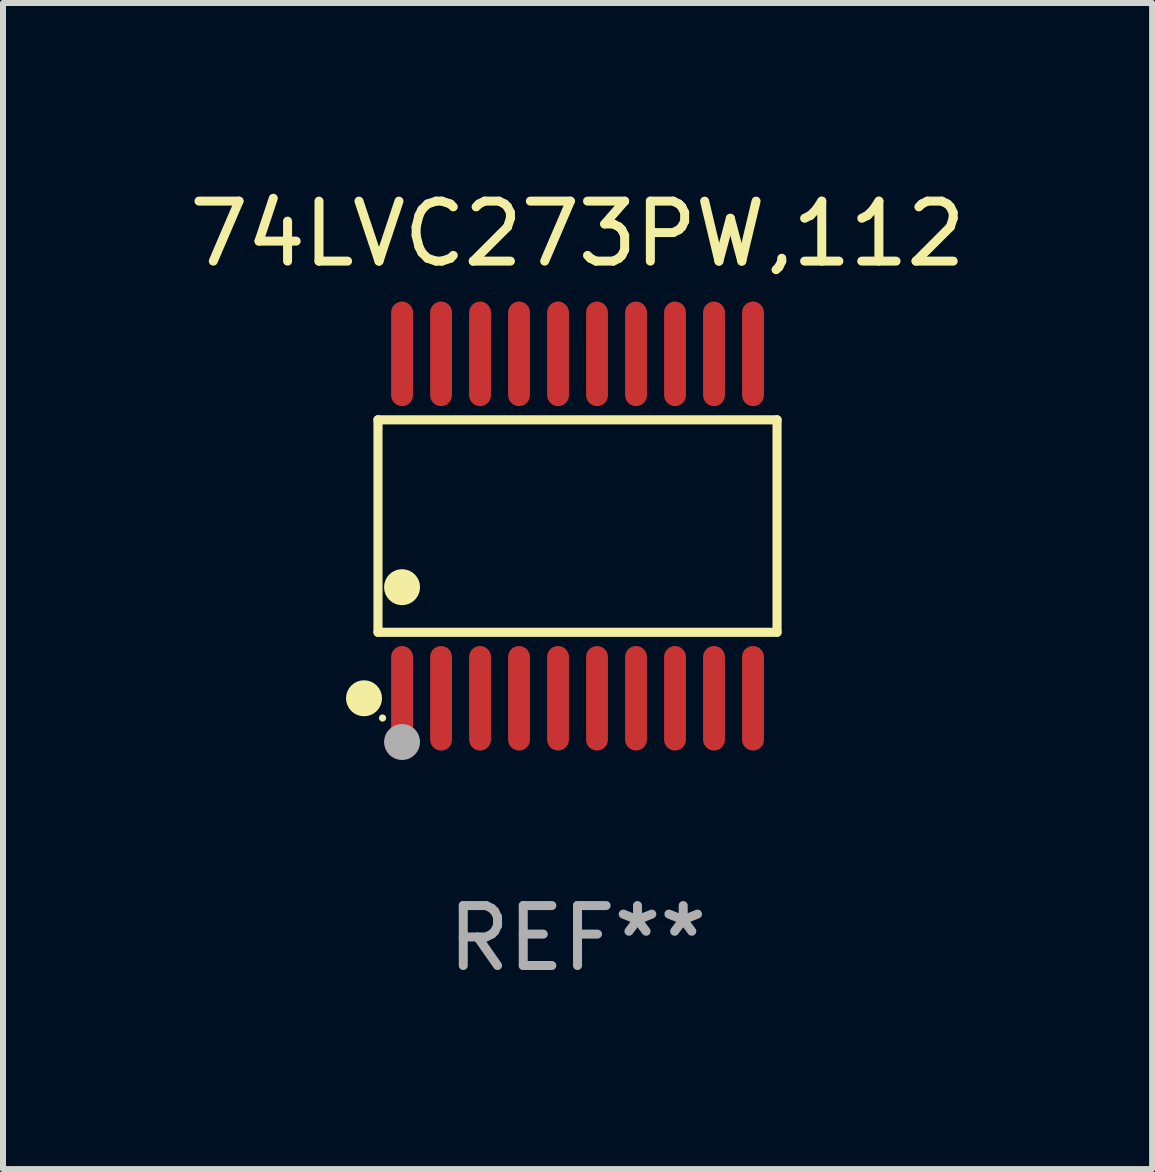
<source format=kicad_pcb>
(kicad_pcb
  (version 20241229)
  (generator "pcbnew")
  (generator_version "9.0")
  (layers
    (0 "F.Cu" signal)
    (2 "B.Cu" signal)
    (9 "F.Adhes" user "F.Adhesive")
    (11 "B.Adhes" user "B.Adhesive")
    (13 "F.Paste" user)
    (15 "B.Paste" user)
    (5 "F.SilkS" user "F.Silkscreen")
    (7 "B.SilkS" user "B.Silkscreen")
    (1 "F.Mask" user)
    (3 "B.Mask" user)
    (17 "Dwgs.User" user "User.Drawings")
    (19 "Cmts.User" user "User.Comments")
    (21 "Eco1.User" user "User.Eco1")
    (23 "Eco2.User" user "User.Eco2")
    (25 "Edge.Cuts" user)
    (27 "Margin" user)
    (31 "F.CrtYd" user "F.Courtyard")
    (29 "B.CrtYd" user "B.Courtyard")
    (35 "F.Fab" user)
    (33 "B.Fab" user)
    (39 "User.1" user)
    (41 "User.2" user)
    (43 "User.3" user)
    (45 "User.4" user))
  (footprint "74LVC273PW,112"
    (layer "F.Cu")
    (at 6.577 5.719)
    (property "Reference" "74LVC273PW,112" (at 0 -4.871 0) (layer "F.SilkS") (effects (font (size 1 1) (thickness 0.15))))
    (attr through_hole)
    (fp_line (start -3.326 -1.771) (end 3.326 -1.771) (stroke (width 0.152) (type solid)) (layer "F.SilkS"))
    (fp_line (start -3.326 1.771) (end -3.326 -1.771) (stroke (width 0.152) (type solid)) (layer "F.SilkS"))
    (fp_line (start 3.326 -1.771) (end 3.326 1.771) (stroke (width 0.152) (type solid)) (layer "F.SilkS"))
    (fp_line (start 3.326 1.771) (end -3.326 1.771) (stroke (width 0.152) (type solid)) (layer "F.SilkS"))
    (fp_circle (center -3.559 2.871) (end -3.409 2.871) (stroke (width 0.3) (type solid)) (fill no) (layer "F.SilkS"))
    (fp_circle (center -3.25 3.2) (end -3.22 3.2) (stroke (width 0.06) (type solid)) (fill no) (layer "F.SilkS"))
    (fp_circle (center -2.925 1.019) (end -2.775 1.019) (stroke (width 0.3) (type solid)) (fill no) (layer "F.SilkS"))
    (fp_circle (center -2.925 3.6) (end -2.775 3.6) (stroke (width 0.3) (type solid)) (fill no) (layer "F.Fab"))
    (fp_text user "REF**" (at 0 6.871 0) (layer "F.Fab") (effects (font (size 1 1) (thickness 0.15))))
    (pad "1" smd oval (at -2.925 2.871) (size 0.364 1.742) (layers "F.Cu" "F.Mask" "F.Paste"))
    (pad "2" smd oval (at -2.275 2.871) (size 0.364 1.742) (layers "F.Cu" "F.Mask" "F.Paste"))
    (pad "3" smd oval (at -1.625 2.871) (size 0.364 1.742) (layers "F.Cu" "F.Mask" "F.Paste"))
    (pad "4" smd oval (at -0.975 2.871) (size 0.364 1.742) (layers "F.Cu" "F.Mask" "F.Paste"))
    (pad "5" smd oval (at -0.325 2.871) (size 0.364 1.742) (layers "F.Cu" "F.Mask" "F.Paste"))
    (pad "6" smd oval (at 0.325 2.871) (size 0.364 1.742) (layers "F.Cu" "F.Mask" "F.Paste"))
    (pad "7" smd oval (at 0.975 2.871) (size 0.364 1.742) (layers "F.Cu" "F.Mask" "F.Paste"))
    (pad "8" smd oval (at 1.625 2.871) (size 0.364 1.742) (layers "F.Cu" "F.Mask" "F.Paste"))
    (pad "9" smd oval (at 2.275 2.871) (size 0.364 1.742) (layers "F.Cu" "F.Mask" "F.Paste"))
    (pad "10" smd oval (at 2.925 2.871) (size 0.364 1.742) (layers "F.Cu" "F.Mask" "F.Paste"))
    (pad "11" smd oval (at 2.925 -2.871) (size 0.364 1.742) (layers "F.Cu" "F.Mask" "F.Paste"))
    (pad "12" smd oval (at 2.275 -2.871) (size 0.364 1.742) (layers "F.Cu" "F.Mask" "F.Paste"))
    (pad "13" smd oval (at 1.625 -2.871) (size 0.364 1.742) (layers "F.Cu" "F.Mask" "F.Paste"))
    (pad "14" smd oval (at 0.975 -2.871) (size 0.364 1.742) (layers "F.Cu" "F.Mask" "F.Paste"))
    (pad "15" smd oval (at 0.325 -2.871) (size 0.364 1.742) (layers "F.Cu" "F.Mask" "F.Paste"))
    (pad "16" smd oval (at -0.325 -2.871) (size 0.364 1.742) (layers "F.Cu" "F.Mask" "F.Paste"))
    (pad "17" smd oval (at -0.975 -2.871) (size 0.364 1.742) (layers "F.Cu" "F.Mask" "F.Paste"))
    (pad "18" smd oval (at -1.625 -2.871) (size 0.364 1.742) (layers "F.Cu" "F.Mask" "F.Paste"))
    (pad "19" smd oval (at -2.275 -2.871) (size 0.364 1.742) (layers "F.Cu" "F.Mask" "F.Paste"))
    (pad "20" smd oval (at -2.925 -2.871) (size 0.364 1.742) (layers "F.Cu" "F.Mask" "F.Paste")))
  (gr_rect
    (start -3 -3)
    (end 16.155 16.438)
    (stroke (width 0.1) (type default))
    (fill no)
    (layer "Edge.Cuts")))
</source>
